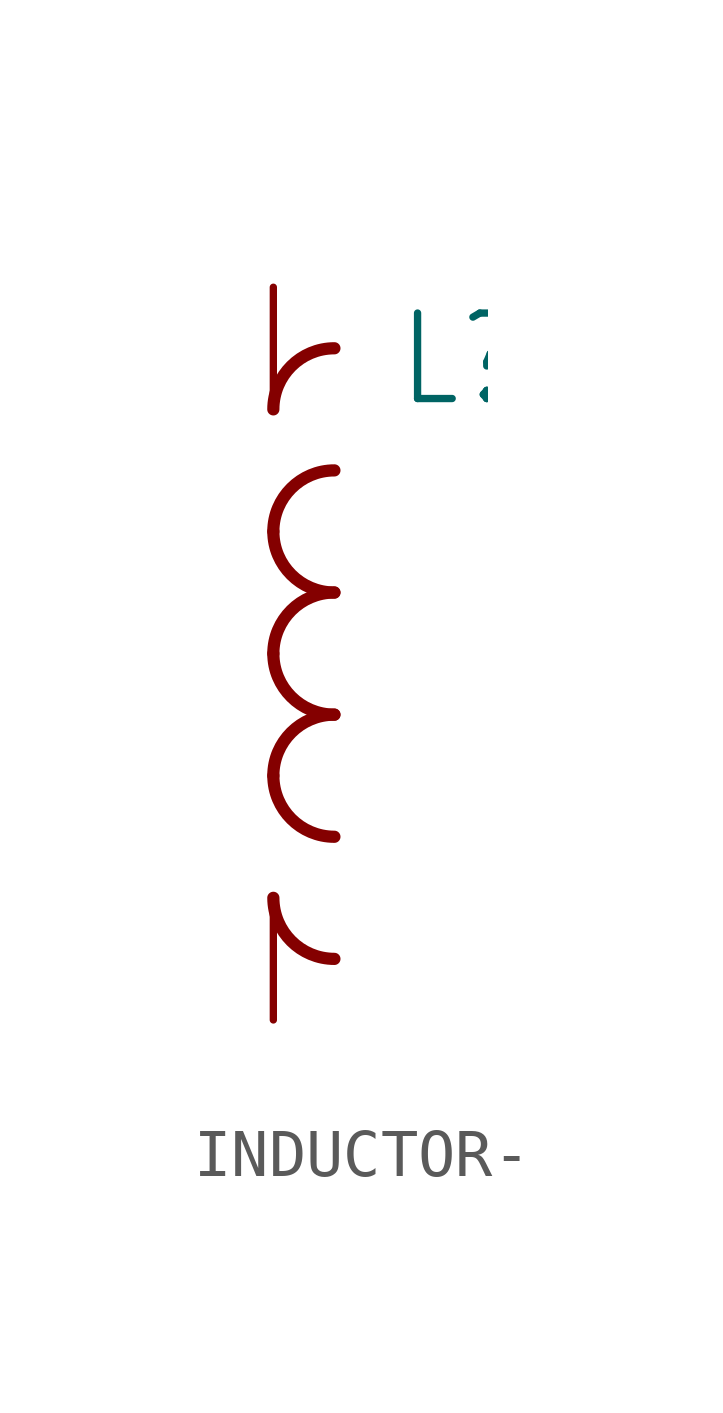
<source format=kicad_sym>
(kicad_symbol_lib
  (version 20241209)
  (generator "kicad_symbol_editor")
  (generator_version "9.0")
  (symbol "INDUCTOR-"
    (property "Reference" "L"
      (at 2.54 5.08 0)
      (effects (font (size 1.778 1.511)) (justify left bottom)))
    (property "Value" ""
      (at 2.54 -5.08 0)
      (effects (font (size 1.778 1.511)) (justify left bottom)))
    (property "ki_locked" ""
      (at 0 0 0)
      (effects (font (size 1.27 1.27))))
    (symbol "INDUCTOR-_1_0"
      (arc (start 0 5.08) (mid 0.372 5.978) (end 1.27 6.35) (stroke (width 0.254) (type solid)) (fill (type none)))
      (arc (start 0 2.54) (mid 0.372 3.438) (end 1.27 3.81) (stroke (width 0.254) (type solid)) (fill (type none)))
      (arc (start 1.27 1.27) (mid 0.372 1.642) (end 0 2.54) (stroke (width 0.254) (type solid)) (fill (type none)))
      (arc (start 0 0) (mid 0.372 0.898) (end 1.27 1.27) (stroke (width 0.254) (type solid)) (fill (type none)))
      (arc (start 1.27 -1.27) (mid 0.372 -0.898) (end 0 0) (stroke (width 0.254) (type solid)) (fill (type none)))
      (arc (start 0 -2.54) (mid 0.372 -1.642) (end 1.27 -1.27) (stroke (width 0.254) (type solid)) (fill (type none)))
      (arc (start 1.27 -3.81) (mid 0.372 -3.438) (end 0 -2.54) (stroke (width 0.254) (type solid)) (fill (type none)))
      (arc (start 1.27 -6.35) (mid 0.372 -5.978) (end 0 -5.08) (stroke (width 0.254) (type solid)) (fill (type none)))
      (pin passive line (at 0 7.62 270) (length 2.54) (name "1" (effects (font (size 0 0)))) (number "1" (effects (font (size 0 0)))))
      (pin passive line (at 0 -7.62 90) (length 2.54) (name "2" (effects (font (size 0 0)))) (number "2" (effects (font (size 0 0))))))))
</source>
